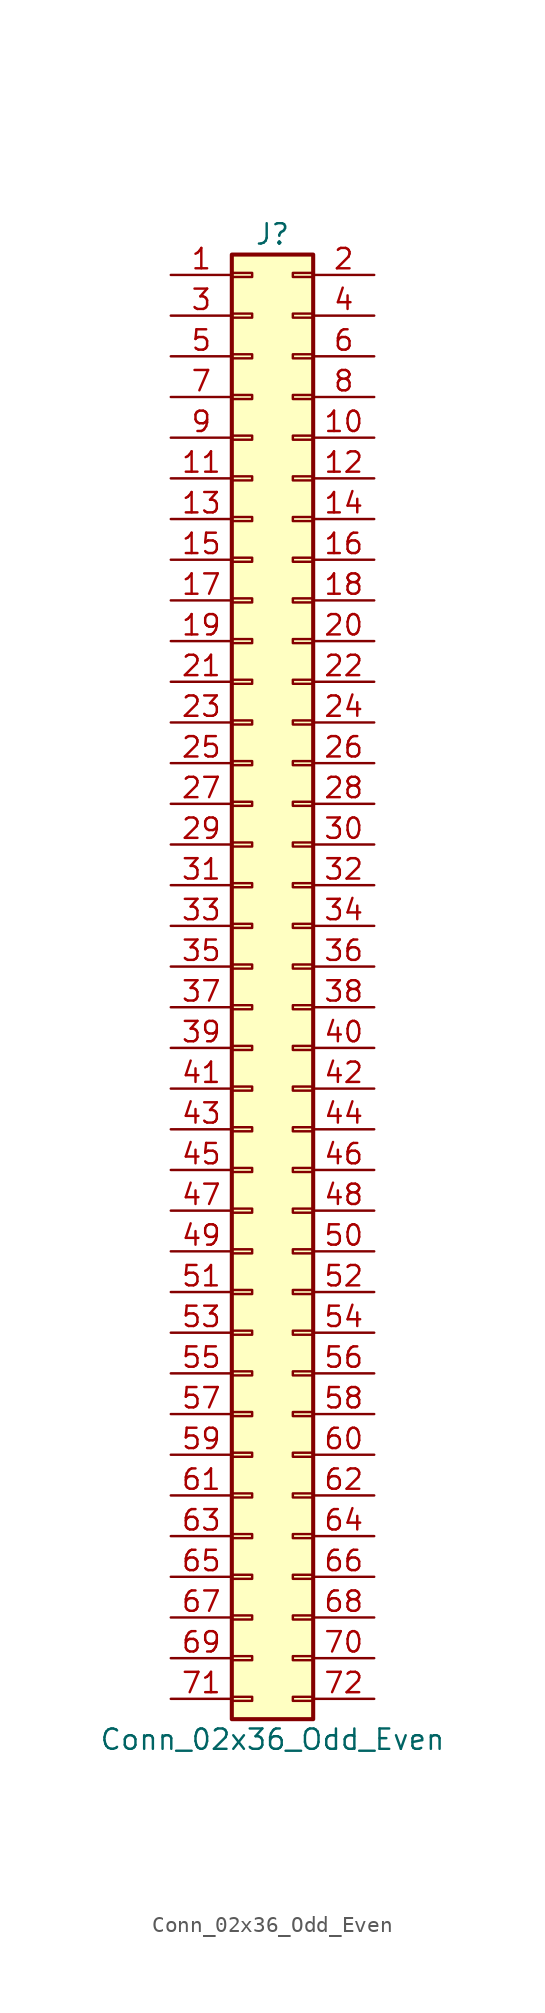
<source format=kicad_sym>
(kicad_symbol_lib
  (version 20211014)
  (generator kicad_symbol_editor)
  (symbol "Conn_02x36_Odd_Even"
    (pin_names
      (offset 1.016) hide)
    (property "Reference" "J"
      (at 1.27 45.72 0)
      (effects (font (size 1.27 1.27))))
    (property "Value" "Conn_02x36_Odd_Even"
      (at 1.27 -48.26 0)
      (effects (font (size 1.27 1.27))))
    (symbol "Conn_02x36_Odd_Even_1_1"
      (rectangle (start -1.27 -45.593) (end 0 -45.847) (stroke (width 0.152) (type default) (color 0 0 0 0)) (fill (type none)))
      (rectangle (start -1.27 -43.053) (end 0 -43.307) (stroke (width 0.152) (type default) (color 0 0 0 0)) (fill (type none)))
      (rectangle (start -1.27 -40.513) (end 0 -40.767) (stroke (width 0.152) (type default) (color 0 0 0 0)) (fill (type none)))
      (rectangle (start -1.27 -37.973) (end 0 -38.227) (stroke (width 0.152) (type default) (color 0 0 0 0)) (fill (type none)))
      (rectangle (start -1.27 -35.433) (end 0 -35.687) (stroke (width 0.152) (type default) (color 0 0 0 0)) (fill (type none)))
      (rectangle (start -1.27 -32.893) (end 0 -33.147) (stroke (width 0.152) (type default) (color 0 0 0 0)) (fill (type none)))
      (rectangle (start -1.27 -30.353) (end 0 -30.607) (stroke (width 0.152) (type default) (color 0 0 0 0)) (fill (type none)))
      (rectangle (start -1.27 -27.813) (end 0 -28.067) (stroke (width 0.152) (type default) (color 0 0 0 0)) (fill (type none)))
      (rectangle (start -1.27 -25.273) (end 0 -25.527) (stroke (width 0.152) (type default) (color 0 0 0 0)) (fill (type none)))
      (rectangle (start -1.27 -22.733) (end 0 -22.987) (stroke (width 0.152) (type default) (color 0 0 0 0)) (fill (type none)))
      (rectangle (start -1.27 -20.193) (end 0 -20.447) (stroke (width 0.152) (type default) (color 0 0 0 0)) (fill (type none)))
      (rectangle (start -1.27 -17.653) (end 0 -17.907) (stroke (width 0.152) (type default) (color 0 0 0 0)) (fill (type none)))
      (rectangle (start -1.27 -15.113) (end 0 -15.367) (stroke (width 0.152) (type default) (color 0 0 0 0)) (fill (type none)))
      (rectangle (start -1.27 -12.573) (end 0 -12.827) (stroke (width 0.152) (type default) (color 0 0 0 0)) (fill (type none)))
      (rectangle (start -1.27 -10.033) (end 0 -10.287) (stroke (width 0.152) (type default) (color 0 0 0 0)) (fill (type none)))
      (rectangle (start -1.27 -7.493) (end 0 -7.747) (stroke (width 0.152) (type default) (color 0 0 0 0)) (fill (type none)))
      (rectangle (start -1.27 -4.953) (end 0 -5.207) (stroke (width 0.152) (type default) (color 0 0 0 0)) (fill (type none)))
      (rectangle (start -1.27 -2.413) (end 0 -2.667) (stroke (width 0.152) (type default) (color 0 0 0 0)) (fill (type none)))
      (rectangle (start -1.27 0.127) (end 0 -0.127) (stroke (width 0.152) (type default) (color 0 0 0 0)) (fill (type none)))
      (rectangle (start -1.27 2.667) (end 0 2.413) (stroke (width 0.152) (type default) (color 0 0 0 0)) (fill (type none)))
      (rectangle (start -1.27 5.207) (end 0 4.953) (stroke (width 0.152) (type default) (color 0 0 0 0)) (fill (type none)))
      (rectangle (start -1.27 7.747) (end 0 7.493) (stroke (width 0.152) (type default) (color 0 0 0 0)) (fill (type none)))
      (rectangle (start -1.27 10.287) (end 0 10.033) (stroke (width 0.152) (type default) (color 0 0 0 0)) (fill (type none)))
      (rectangle (start -1.27 12.827) (end 0 12.573) (stroke (width 0.152) (type default) (color 0 0 0 0)) (fill (type none)))
      (rectangle (start -1.27 15.367) (end 0 15.113) (stroke (width 0.152) (type default) (color 0 0 0 0)) (fill (type none)))
      (rectangle (start -1.27 17.907) (end 0 17.653) (stroke (width 0.152) (type default) (color 0 0 0 0)) (fill (type none)))
      (rectangle (start -1.27 20.447) (end 0 20.193) (stroke (width 0.152) (type default) (color 0 0 0 0)) (fill (type none)))
      (rectangle (start -1.27 22.987) (end 0 22.733) (stroke (width 0.152) (type default) (color 0 0 0 0)) (fill (type none)))
      (rectangle (start -1.27 25.527) (end 0 25.273) (stroke (width 0.152) (type default) (color 0 0 0 0)) (fill (type none)))
      (rectangle (start -1.27 28.067) (end 0 27.813) (stroke (width 0.152) (type default) (color 0 0 0 0)) (fill (type none)))
      (rectangle (start -1.27 30.607) (end 0 30.353) (stroke (width 0.152) (type default) (color 0 0 0 0)) (fill (type none)))
      (rectangle (start -1.27 33.147) (end 0 32.893) (stroke (width 0.152) (type default) (color 0 0 0 0)) (fill (type none)))
      (rectangle (start -1.27 35.687) (end 0 35.433) (stroke (width 0.152) (type default) (color 0 0 0 0)) (fill (type none)))
      (rectangle (start -1.27 38.227) (end 0 37.973) (stroke (width 0.152) (type default) (color 0 0 0 0)) (fill (type none)))
      (rectangle (start -1.27 40.767) (end 0 40.513) (stroke (width 0.152) (type default) (color 0 0 0 0)) (fill (type none)))
      (rectangle (start -1.27 43.307) (end 0 43.053) (stroke (width 0.152) (type default) (color 0 0 0 0)) (fill (type none)))
      (rectangle (start -1.27 44.45) (end 3.81 -46.99) (stroke (width 0.254) (type default) (color 0 0 0 0)) (fill (type background)))
      (rectangle (start 3.81 -45.593) (end 2.54 -45.847) (stroke (width 0.152) (type default) (color 0 0 0 0)) (fill (type none)))
      (rectangle (start 3.81 -43.053) (end 2.54 -43.307) (stroke (width 0.152) (type default) (color 0 0 0 0)) (fill (type none)))
      (rectangle (start 3.81 -40.513) (end 2.54 -40.767) (stroke (width 0.152) (type default) (color 0 0 0 0)) (fill (type none)))
      (rectangle (start 3.81 -37.973) (end 2.54 -38.227) (stroke (width 0.152) (type default) (color 0 0 0 0)) (fill (type none)))
      (rectangle (start 3.81 -35.433) (end 2.54 -35.687) (stroke (width 0.152) (type default) (color 0 0 0 0)) (fill (type none)))
      (rectangle (start 3.81 -32.893) (end 2.54 -33.147) (stroke (width 0.152) (type default) (color 0 0 0 0)) (fill (type none)))
      (rectangle (start 3.81 -30.353) (end 2.54 -30.607) (stroke (width 0.152) (type default) (color 0 0 0 0)) (fill (type none)))
      (rectangle (start 3.81 -27.813) (end 2.54 -28.067) (stroke (width 0.152) (type default) (color 0 0 0 0)) (fill (type none)))
      (rectangle (start 3.81 -25.273) (end 2.54 -25.527) (stroke (width 0.152) (type default) (color 0 0 0 0)) (fill (type none)))
      (rectangle (start 3.81 -22.733) (end 2.54 -22.987) (stroke (width 0.152) (type default) (color 0 0 0 0)) (fill (type none)))
      (rectangle (start 3.81 -20.193) (end 2.54 -20.447) (stroke (width 0.152) (type default) (color 0 0 0 0)) (fill (type none)))
      (rectangle (start 3.81 -17.653) (end 2.54 -17.907) (stroke (width 0.152) (type default) (color 0 0 0 0)) (fill (type none)))
      (rectangle (start 3.81 -15.113) (end 2.54 -15.367) (stroke (width 0.152) (type default) (color 0 0 0 0)) (fill (type none)))
      (rectangle (start 3.81 -12.573) (end 2.54 -12.827) (stroke (width 0.152) (type default) (color 0 0 0 0)) (fill (type none)))
      (rectangle (start 3.81 -10.033) (end 2.54 -10.287) (stroke (width 0.152) (type default) (color 0 0 0 0)) (fill (type none)))
      (rectangle (start 3.81 -7.493) (end 2.54 -7.747) (stroke (width 0.152) (type default) (color 0 0 0 0)) (fill (type none)))
      (rectangle (start 3.81 -4.953) (end 2.54 -5.207) (stroke (width 0.152) (type default) (color 0 0 0 0)) (fill (type none)))
      (rectangle (start 3.81 -2.413) (end 2.54 -2.667) (stroke (width 0.152) (type default) (color 0 0 0 0)) (fill (type none)))
      (rectangle (start 3.81 0.127) (end 2.54 -0.127) (stroke (width 0.152) (type default) (color 0 0 0 0)) (fill (type none)))
      (rectangle (start 3.81 2.667) (end 2.54 2.413) (stroke (width 0.152) (type default) (color 0 0 0 0)) (fill (type none)))
      (rectangle (start 3.81 5.207) (end 2.54 4.953) (stroke (width 0.152) (type default) (color 0 0 0 0)) (fill (type none)))
      (rectangle (start 3.81 7.747) (end 2.54 7.493) (stroke (width 0.152) (type default) (color 0 0 0 0)) (fill (type none)))
      (rectangle (start 3.81 10.287) (end 2.54 10.033) (stroke (width 0.152) (type default) (color 0 0 0 0)) (fill (type none)))
      (rectangle (start 3.81 12.827) (end 2.54 12.573) (stroke (width 0.152) (type default) (color 0 0 0 0)) (fill (type none)))
      (rectangle (start 3.81 15.367) (end 2.54 15.113) (stroke (width 0.152) (type default) (color 0 0 0 0)) (fill (type none)))
      (rectangle (start 3.81 17.907) (end 2.54 17.653) (stroke (width 0.152) (type default) (color 0 0 0 0)) (fill (type none)))
      (rectangle (start 3.81 20.447) (end 2.54 20.193) (stroke (width 0.152) (type default) (color 0 0 0 0)) (fill (type none)))
      (rectangle (start 3.81 22.987) (end 2.54 22.733) (stroke (width 0.152) (type default) (color 0 0 0 0)) (fill (type none)))
      (rectangle (start 3.81 25.527) (end 2.54 25.273) (stroke (width 0.152) (type default) (color 0 0 0 0)) (fill (type none)))
      (rectangle (start 3.81 28.067) (end 2.54 27.813) (stroke (width 0.152) (type default) (color 0 0 0 0)) (fill (type none)))
      (rectangle (start 3.81 30.607) (end 2.54 30.353) (stroke (width 0.152) (type default) (color 0 0 0 0)) (fill (type none)))
      (rectangle (start 3.81 33.147) (end 2.54 32.893) (stroke (width 0.152) (type default) (color 0 0 0 0)) (fill (type none)))
      (rectangle (start 3.81 35.687) (end 2.54 35.433) (stroke (width 0.152) (type default) (color 0 0 0 0)) (fill (type none)))
      (rectangle (start 3.81 38.227) (end 2.54 37.973) (stroke (width 0.152) (type default) (color 0 0 0 0)) (fill (type none)))
      (rectangle (start 3.81 40.767) (end 2.54 40.513) (stroke (width 0.152) (type default) (color 0 0 0 0)) (fill (type none)))
      (rectangle (start 3.81 43.307) (end 2.54 43.053) (stroke (width 0.152) (type default) (color 0 0 0 0)) (fill (type none)))
      (pin passive line (at -5.08 43.18 0) (length 3.81) (name "Pin_1" (effects (font (size 1.27 1.27)))) (number "1" (effects (font (size 1.27 1.27)))))
      (pin passive line (at 7.62 33.02 180) (length 3.81) (name "Pin_10" (effects (font (size 1.27 1.27)))) (number "10" (effects (font (size 1.27 1.27)))))
      (pin passive line (at -5.08 30.48 0) (length 3.81) (name "Pin_11" (effects (font (size 1.27 1.27)))) (number "11" (effects (font (size 1.27 1.27)))))
      (pin passive line (at 7.62 30.48 180) (length 3.81) (name "Pin_12" (effects (font (size 1.27 1.27)))) (number "12" (effects (font (size 1.27 1.27)))))
      (pin passive line (at -5.08 27.94 0) (length 3.81) (name "Pin_13" (effects (font (size 1.27 1.27)))) (number "13" (effects (font (size 1.27 1.27)))))
      (pin passive line (at 7.62 27.94 180) (length 3.81) (name "Pin_14" (effects (font (size 1.27 1.27)))) (number "14" (effects (font (size 1.27 1.27)))))
      (pin passive line (at -5.08 25.4 0) (length 3.81) (name "Pin_15" (effects (font (size 1.27 1.27)))) (number "15" (effects (font (size 1.27 1.27)))))
      (pin passive line (at 7.62 25.4 180) (length 3.81) (name "Pin_16" (effects (font (size 1.27 1.27)))) (number "16" (effects (font (size 1.27 1.27)))))
      (pin passive line (at -5.08 22.86 0) (length 3.81) (name "Pin_17" (effects (font (size 1.27 1.27)))) (number "17" (effects (font (size 1.27 1.27)))))
      (pin passive line (at 7.62 22.86 180) (length 3.81) (name "Pin_18" (effects (font (size 1.27 1.27)))) (number "18" (effects (font (size 1.27 1.27)))))
      (pin passive line (at -5.08 20.32 0) (length 3.81) (name "Pin_19" (effects (font (size 1.27 1.27)))) (number "19" (effects (font (size 1.27 1.27)))))
      (pin passive line (at 7.62 43.18 180) (length 3.81) (name "Pin_2" (effects (font (size 1.27 1.27)))) (number "2" (effects (font (size 1.27 1.27)))))
      (pin passive line (at 7.62 20.32 180) (length 3.81) (name "Pin_20" (effects (font (size 1.27 1.27)))) (number "20" (effects (font (size 1.27 1.27)))))
      (pin passive line (at -5.08 17.78 0) (length 3.81) (name "Pin_21" (effects (font (size 1.27 1.27)))) (number "21" (effects (font (size 1.27 1.27)))))
      (pin passive line (at 7.62 17.78 180) (length 3.81) (name "Pin_22" (effects (font (size 1.27 1.27)))) (number "22" (effects (font (size 1.27 1.27)))))
      (pin passive line (at -5.08 15.24 0) (length 3.81) (name "Pin_23" (effects (font (size 1.27 1.27)))) (number "23" (effects (font (size 1.27 1.27)))))
      (pin passive line (at 7.62 15.24 180) (length 3.81) (name "Pin_24" (effects (font (size 1.27 1.27)))) (number "24" (effects (font (size 1.27 1.27)))))
      (pin passive line (at -5.08 12.7 0) (length 3.81) (name "Pin_25" (effects (font (size 1.27 1.27)))) (number "25" (effects (font (size 1.27 1.27)))))
      (pin passive line (at 7.62 12.7 180) (length 3.81) (name "Pin_26" (effects (font (size 1.27 1.27)))) (number "26" (effects (font (size 1.27 1.27)))))
      (pin passive line (at -5.08 10.16 0) (length 3.81) (name "Pin_27" (effects (font (size 1.27 1.27)))) (number "27" (effects (font (size 1.27 1.27)))))
      (pin passive line (at 7.62 10.16 180) (length 3.81) (name "Pin_28" (effects (font (size 1.27 1.27)))) (number "28" (effects (font (size 1.27 1.27)))))
      (pin passive line (at -5.08 7.62 0) (length 3.81) (name "Pin_29" (effects (font (size 1.27 1.27)))) (number "29" (effects (font (size 1.27 1.27)))))
      (pin passive line (at -5.08 40.64 0) (length 3.81) (name "Pin_3" (effects (font (size 1.27 1.27)))) (number "3" (effects (font (size 1.27 1.27)))))
      (pin passive line (at 7.62 7.62 180) (length 3.81) (name "Pin_30" (effects (font (size 1.27 1.27)))) (number "30" (effects (font (size 1.27 1.27)))))
      (pin passive line (at -5.08 5.08 0) (length 3.81) (name "Pin_31" (effects (font (size 1.27 1.27)))) (number "31" (effects (font (size 1.27 1.27)))))
      (pin passive line (at 7.62 5.08 180) (length 3.81) (name "Pin_32" (effects (font (size 1.27 1.27)))) (number "32" (effects (font (size 1.27 1.27)))))
      (pin passive line (at -5.08 2.54 0) (length 3.81) (name "Pin_33" (effects (font (size 1.27 1.27)))) (number "33" (effects (font (size 1.27 1.27)))))
      (pin passive line (at 7.62 2.54 180) (length 3.81) (name "Pin_34" (effects (font (size 1.27 1.27)))) (number "34" (effects (font (size 1.27 1.27)))))
      (pin passive line (at -5.08 0 0) (length 3.81) (name "Pin_35" (effects (font (size 1.27 1.27)))) (number "35" (effects (font (size 1.27 1.27)))))
      (pin passive line (at 7.62 0 180) (length 3.81) (name "Pin_36" (effects (font (size 1.27 1.27)))) (number "36" (effects (font (size 1.27 1.27)))))
      (pin passive line (at -5.08 -2.54 0) (length 3.81) (name "Pin_37" (effects (font (size 1.27 1.27)))) (number "37" (effects (font (size 1.27 1.27)))))
      (pin passive line (at 7.62 -2.54 180) (length 3.81) (name "Pin_38" (effects (font (size 1.27 1.27)))) (number "38" (effects (font (size 1.27 1.27)))))
      (pin passive line (at -5.08 -5.08 0) (length 3.81) (name "Pin_39" (effects (font (size 1.27 1.27)))) (number "39" (effects (font (size 1.27 1.27)))))
      (pin passive line (at 7.62 40.64 180) (length 3.81) (name "Pin_4" (effects (font (size 1.27 1.27)))) (number "4" (effects (font (size 1.27 1.27)))))
      (pin passive line (at 7.62 -5.08 180) (length 3.81) (name "Pin_40" (effects (font (size 1.27 1.27)))) (number "40" (effects (font (size 1.27 1.27)))))
      (pin passive line (at -5.08 -7.62 0) (length 3.81) (name "Pin_41" (effects (font (size 1.27 1.27)))) (number "41" (effects (font (size 1.27 1.27)))))
      (pin passive line (at 7.62 -7.62 180) (length 3.81) (name "Pin_42" (effects (font (size 1.27 1.27)))) (number "42" (effects (font (size 1.27 1.27)))))
      (pin passive line (at -5.08 -10.16 0) (length 3.81) (name "Pin_43" (effects (font (size 1.27 1.27)))) (number "43" (effects (font (size 1.27 1.27)))))
      (pin passive line (at 7.62 -10.16 180) (length 3.81) (name "Pin_44" (effects (font (size 1.27 1.27)))) (number "44" (effects (font (size 1.27 1.27)))))
      (pin passive line (at -5.08 -12.7 0) (length 3.81) (name "Pin_45" (effects (font (size 1.27 1.27)))) (number "45" (effects (font (size 1.27 1.27)))))
      (pin passive line (at 7.62 -12.7 180) (length 3.81) (name "Pin_46" (effects (font (size 1.27 1.27)))) (number "46" (effects (font (size 1.27 1.27)))))
      (pin passive line (at -5.08 -15.24 0) (length 3.81) (name "Pin_47" (effects (font (size 1.27 1.27)))) (number "47" (effects (font (size 1.27 1.27)))))
      (pin passive line (at 7.62 -15.24 180) (length 3.81) (name "Pin_48" (effects (font (size 1.27 1.27)))) (number "48" (effects (font (size 1.27 1.27)))))
      (pin passive line (at -5.08 -17.78 0) (length 3.81) (name "Pin_49" (effects (font (size 1.27 1.27)))) (number "49" (effects (font (size 1.27 1.27)))))
      (pin passive line (at -5.08 38.1 0) (length 3.81) (name "Pin_5" (effects (font (size 1.27 1.27)))) (number "5" (effects (font (size 1.27 1.27)))))
      (pin passive line (at 7.62 -17.78 180) (length 3.81) (name "Pin_50" (effects (font (size 1.27 1.27)))) (number "50" (effects (font (size 1.27 1.27)))))
      (pin passive line (at -5.08 -20.32 0) (length 3.81) (name "Pin_51" (effects (font (size 1.27 1.27)))) (number "51" (effects (font (size 1.27 1.27)))))
      (pin passive line (at 7.62 -20.32 180) (length 3.81) (name "Pin_52" (effects (font (size 1.27 1.27)))) (number "52" (effects (font (size 1.27 1.27)))))
      (pin passive line (at -5.08 -22.86 0) (length 3.81) (name "Pin_53" (effects (font (size 1.27 1.27)))) (number "53" (effects (font (size 1.27 1.27)))))
      (pin passive line (at 7.62 -22.86 180) (length 3.81) (name "Pin_54" (effects (font (size 1.27 1.27)))) (number "54" (effects (font (size 1.27 1.27)))))
      (pin passive line (at -5.08 -25.4 0) (length 3.81) (name "Pin_55" (effects (font (size 1.27 1.27)))) (number "55" (effects (font (size 1.27 1.27)))))
      (pin passive line (at 7.62 -25.4 180) (length 3.81) (name "Pin_56" (effects (font (size 1.27 1.27)))) (number "56" (effects (font (size 1.27 1.27)))))
      (pin passive line (at -5.08 -27.94 0) (length 3.81) (name "Pin_57" (effects (font (size 1.27 1.27)))) (number "57" (effects (font (size 1.27 1.27)))))
      (pin passive line (at 7.62 -27.94 180) (length 3.81) (name "Pin_58" (effects (font (size 1.27 1.27)))) (number "58" (effects (font (size 1.27 1.27)))))
      (pin passive line (at -5.08 -30.48 0) (length 3.81) (name "Pin_59" (effects (font (size 1.27 1.27)))) (number "59" (effects (font (size 1.27 1.27)))))
      (pin passive line (at 7.62 38.1 180) (length 3.81) (name "Pin_6" (effects (font (size 1.27 1.27)))) (number "6" (effects (font (size 1.27 1.27)))))
      (pin passive line (at 7.62 -30.48 180) (length 3.81) (name "Pin_60" (effects (font (size 1.27 1.27)))) (number "60" (effects (font (size 1.27 1.27)))))
      (pin passive line (at -5.08 -33.02 0) (length 3.81) (name "Pin_61" (effects (font (size 1.27 1.27)))) (number "61" (effects (font (size 1.27 1.27)))))
      (pin passive line (at 7.62 -33.02 180) (length 3.81) (name "Pin_62" (effects (font (size 1.27 1.27)))) (number "62" (effects (font (size 1.27 1.27)))))
      (pin passive line (at -5.08 -35.56 0) (length 3.81) (name "Pin_63" (effects (font (size 1.27 1.27)))) (number "63" (effects (font (size 1.27 1.27)))))
      (pin passive line (at 7.62 -35.56 180) (length 3.81) (name "Pin_64" (effects (font (size 1.27 1.27)))) (number "64" (effects (font (size 1.27 1.27)))))
      (pin passive line (at -5.08 -38.1 0) (length 3.81) (name "Pin_65" (effects (font (size 1.27 1.27)))) (number "65" (effects (font (size 1.27 1.27)))))
      (pin passive line (at 7.62 -38.1 180) (length 3.81) (name "Pin_66" (effects (font (size 1.27 1.27)))) (number "66" (effects (font (size 1.27 1.27)))))
      (pin passive line (at -5.08 -40.64 0) (length 3.81) (name "Pin_67" (effects (font (size 1.27 1.27)))) (number "67" (effects (font (size 1.27 1.27)))))
      (pin passive line (at 7.62 -40.64 180) (length 3.81) (name "Pin_68" (effects (font (size 1.27 1.27)))) (number "68" (effects (font (size 1.27 1.27)))))
      (pin passive line (at -5.08 -43.18 0) (length 3.81) (name "Pin_69" (effects (font (size 1.27 1.27)))) (number "69" (effects (font (size 1.27 1.27)))))
      (pin passive line (at -5.08 35.56 0) (length 3.81) (name "Pin_7" (effects (font (size 1.27 1.27)))) (number "7" (effects (font (size 1.27 1.27)))))
      (pin passive line (at 7.62 -43.18 180) (length 3.81) (name "Pin_70" (effects (font (size 1.27 1.27)))) (number "70" (effects (font (size 1.27 1.27)))))
      (pin passive line (at -5.08 -45.72 0) (length 3.81) (name "Pin_71" (effects (font (size 1.27 1.27)))) (number "71" (effects (font (size 1.27 1.27)))))
      (pin passive line (at 7.62 -45.72 180) (length 3.81) (name "Pin_72" (effects (font (size 1.27 1.27)))) (number "72" (effects (font (size 1.27 1.27)))))
      (pin passive line (at 7.62 35.56 180) (length 3.81) (name "Pin_8" (effects (font (size 1.27 1.27)))) (number "8" (effects (font (size 1.27 1.27)))))
      (pin passive line (at -5.08 33.02 0) (length 3.81) (name "Pin_9" (effects (font (size 1.27 1.27)))) (number "9" (effects (font (size 1.27 1.27))))))))
</source>
